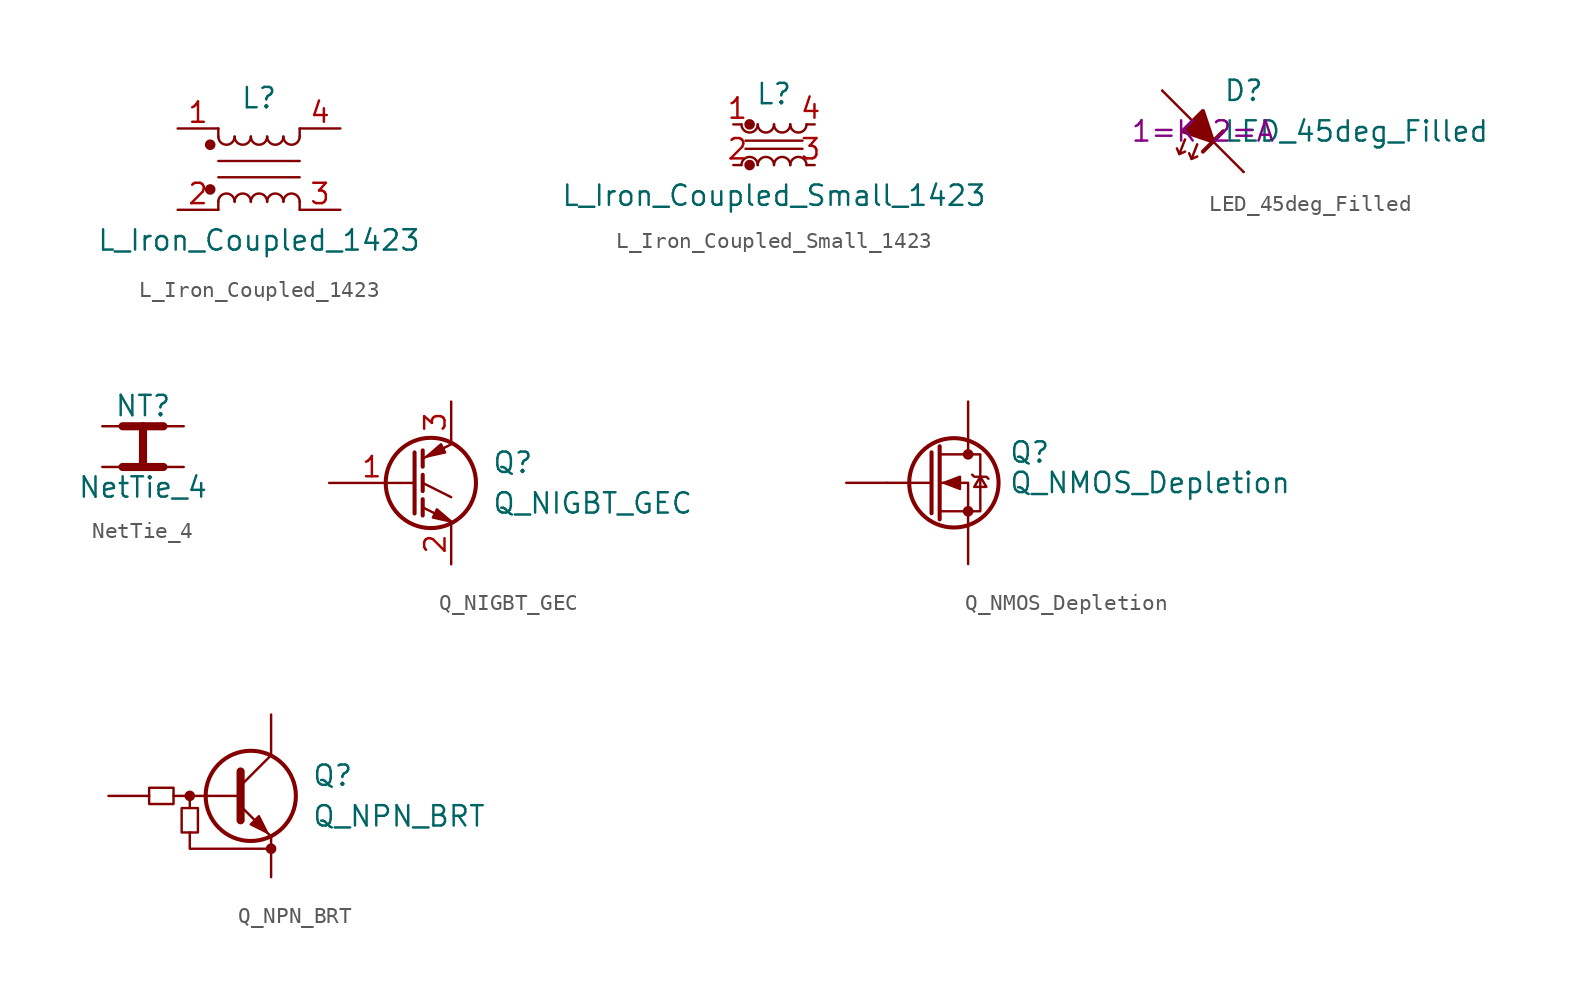
<source format=kicad_sym>
(kicad_symbol_lib
  (version 20241209)
  (generator "kicad_symbol_editor")
  (generator_version "9.0")
  (symbol "L_Iron_Coupled_1423"
    (pin_names
      (offset 0.254)
      (hide yes))
    (property "Reference" "L"
      (at 0 4.445 0)
      (effects (font (size 1.27 1.27))))
    (property "Value" "L_Iron_Coupled_1423"
      (at 0 -4.445 0)
      (effects (font (size 1.27 1.27))))
    (symbol "L_Iron_Coupled_1423_0_1"
      (circle (center -3.048 1.524) (radius 0.254) (stroke (width 0) (type default)) (fill (type outline)))
      (circle (center -3.048 -1.27) (radius 0.254) (stroke (width 0) (type default)) (fill (type outline)))
      (polyline (pts (xy -2.54 2.032) (xy -2.54 2.54)) (stroke (width 0) (type default)) (fill (type none)))
      (polyline (pts (xy -2.54 0.508) (xy 2.54 0.508)) (stroke (width 0) (type default)) (fill (type none)))
      (polyline (pts (xy -2.54 -2.032) (xy -2.54 -2.54)) (stroke (width 0) (type default)) (fill (type none)))
      (arc (start -1.524 2.032) (mid -2.032 1.5262) (end -2.54 2.032) (stroke (width 0) (type default)) (fill (type none)))
      (arc (start -2.54 -2.032) (mid -2.032 -1.5262) (end -1.524 -2.032) (stroke (width 0) (type default)) (fill (type none)))
      (arc (start -0.508 2.032) (mid -1.016 1.5262) (end -1.524 2.032) (stroke (width 0) (type default)) (fill (type none)))
      (arc (start -1.524 -2.032) (mid -1.016 -1.5262) (end -0.508 -2.032) (stroke (width 0) (type default)) (fill (type none)))
      (arc (start 0.508 2.032) (mid 0 1.5262) (end -0.508 2.032) (stroke (width 0) (type default)) (fill (type none)))
      (arc (start -0.508 -2.032) (mid 0 -1.5262) (end 0.508 -2.032) (stroke (width 0) (type default)) (fill (type none)))
      (arc (start 1.524 2.032) (mid 1.016 1.5262) (end 0.508 2.032) (stroke (width 0) (type default)) (fill (type none)))
      (arc (start 0.508 -2.032) (mid 1.016 -1.5262) (end 1.524 -2.032) (stroke (width 0) (type default)) (fill (type none)))
      (arc (start 2.54 2.032) (mid 2.032 1.5262) (end 1.524 2.032) (stroke (width 0) (type default)) (fill (type none)))
      (arc (start 1.524 -2.032) (mid 2.032 -1.5262) (end 2.54 -2.032) (stroke (width 0) (type default)) (fill (type none)))
      (polyline (pts (xy 2.54 2.54) (xy 2.54 2.032)) (stroke (width 0) (type default)) (fill (type none)))
      (polyline (pts (xy 2.54 -0.508) (xy -2.54 -0.508)) (stroke (width 0) (type default)) (fill (type none)))
      (polyline (pts (xy 2.54 -2.032) (xy 2.54 -2.54)) (stroke (width 0) (type default)) (fill (type none))))
    (symbol "L_Iron_Coupled_1423_1_1"
      (pin passive line (at -5.08 2.54 0) (length 2.54) (name "1" (effects (font (size 1.27 1.27)))) (number "1" (effects (font (size 1.27 1.27)))))
      (pin passive line (at -5.08 -2.54 0) (length 2.54) (name "2" (effects (font (size 1.27 1.27)))) (number "2" (effects (font (size 1.27 1.27)))))
      (pin passive line (at 5.08 2.54 180) (length 2.54) (name "4" (effects (font (size 1.27 1.27)))) (number "4" (effects (font (size 1.27 1.27)))))
      (pin passive line (at 5.08 -2.54 180) (length 2.54) (name "3" (effects (font (size 1.27 1.27)))) (number "3" (effects (font (size 1.27 1.27)))))))
  (symbol "L_Iron_Coupled_Small_1423"
    (pin_names
      (offset 0.254)
      (hide yes))
    (property "Reference" "L"
      (at 0 3.175 0)
      (effects (font (size 1.27 1.27))))
    (property "Value" "L_Iron_Coupled_Small_1423"
      (at 0 -3.175 0)
      (effects (font (size 1.27 1.27))))
    (symbol "L_Iron_Coupled_Small_1423_0_1"
      (arc (start -1.016 1.27) (mid -1.524 0.7642) (end -2.032 1.27) (stroke (width 0) (type default)) (fill (type none)))
      (circle (center -1.524 1.27) (radius 0.254) (stroke (width 0) (type default)) (fill (type outline)))
      (circle (center -1.524 -1.27) (radius 0.254) (stroke (width 0) (type default)) (fill (type outline)))
      (arc (start -2.032 -1.27) (mid -1.524 -0.7642) (end -1.016 -1.27) (stroke (width 0) (type default)) (fill (type none)))
      (arc (start 0 1.27) (mid -0.508 0.7642) (end -1.016 1.27) (stroke (width 0) (type default)) (fill (type none)))
      (arc (start -1.016 -1.27) (mid -0.508 -0.7642) (end 0 -1.27) (stroke (width 0) (type default)) (fill (type none)))
      (arc (start 1.016 1.27) (mid 0.508 0.7642) (end 0 1.27) (stroke (width 0) (type default)) (fill (type none)))
      (arc (start 0 -1.27) (mid 0.508 -0.7642) (end 1.016 -1.27) (stroke (width 0) (type default)) (fill (type none)))
      (arc (start 2.032 1.27) (mid 1.524 0.7642) (end 1.016 1.27) (stroke (width 0) (type default)) (fill (type none)))
      (arc (start 1.016 -1.27) (mid 1.524 -0.7642) (end 2.032 -1.27) (stroke (width 0) (type default)) (fill (type none)))
      (polyline (pts (xy 1.778 0.254) (xy -1.778 0.254)) (stroke (width 0) (type default)) (fill (type none)))
      (polyline (pts (xy 1.778 -0.254) (xy -1.778 -0.254)) (stroke (width 0) (type default)) (fill (type none))))
    (symbol "L_Iron_Coupled_Small_1423_1_1"
      (pin passive line (at -2.54 1.27 0) (length 0.508) (name "1" (effects (font (size 1.27 1.27)))) (number "1" (effects (font (size 1.27 1.27)))))
      (pin passive line (at -2.54 -1.27 0) (length 0.508) (name "2" (effects (font (size 1.27 1.27)))) (number "2" (effects (font (size 1.27 1.27)))))
      (pin passive line (at 2.54 1.27 180) (length 0.508) (name "4" (effects (font (size 1.27 1.27)))) (number "4" (effects (font (size 1.27 1.27)))))
      (pin passive line (at 2.54 -1.27 180) (length 0.508) (name "3" (effects (font (size 1.27 1.27)))) (number "3" (effects (font (size 1.27 1.27)))))))
  (symbol "LED_45deg_Filled"
    (pin_numbers
      (hide yes))
    (pin_names
      (offset 0)
      (hide yes))
    (property "Reference" "D"
      (at 1.27 2.54 0)
      (effects (font (size 1.27 1.27)) (justify left)))
    (property "Value" "LED_45deg_Filled"
      (at 1.27 0 0)
      (effects (font (size 1.27 1.27)) (justify left)))
    (property "Sim.Pins" "1=K 2=A"
      (at 0 0 0)
      (effects (font (size 1.27 1.27))))
    (symbol "LED_45deg_Filled_0_1"
      (polyline (pts (xy -1.473 -1.422) (xy -1.626 -1.067)) (stroke (width 0) (type default)) (fill (type none)))
      (polyline (pts (xy -1.118 -0.508) (xy -1.473 -1.422) (xy -1.118 -1.27)) (stroke (width 0) (type default)) (fill (type none)))
      (polyline (pts (xy -0.711 -1.727) (xy -0.864 -1.372)) (stroke (width 0) (type default)) (fill (type none)))
      (polyline (pts (xy -0.635 0.635) (xy -2.54 2.54)) (stroke (width 0) (type default)) (fill (type none)))
      (polyline (pts (xy -0.356 -0.813) (xy -0.711 -1.727) (xy -0.356 -1.575)) (stroke (width 0) (type default)) (fill (type none)))
      (polyline (pts (xy 0 -1.27) (xy 1.27 0)) (stroke (width 0.254) (type default)) (fill (type none)))
      (polyline (pts (xy 2.54 -2.54) (xy 0.635 -0.635)) (stroke (width 0) (type default)) (fill (type none))))
    (symbol "LED_45deg_Filled_1_1"
      (polyline (pts (xy -1.27 0) (xy 0 1.27) (xy 0.635 -0.635) (xy -1.27 0)) (stroke (width 0.254) (type default)) (fill (type outline)))
      (pin passive line (at -2.54 2.54 0) (length 0) (name "A" (effects (font (size 1.27 1.27)))) (number "2" (effects (font (size 1.27 1.27)))))
      (pin passive line (at 2.54 -2.54 180) (length 0) (name "K" (effects (font (size 1.27 1.27)))) (number "1" (effects (font (size 1.27 1.27)))))))
  (symbol "NetTie_4"
    (pin_numbers
      (hide yes))
    (pin_names
      (offset 0)
      (hide yes))
    (property "Reference" "NT"
      (at 0 1.27 0)
      (effects (font (size 1.27 1.27))))
    (property "Value" "NetTie_4"
      (at 0 -3.81 0)
      (effects (font (size 1.27 1.27))))
    (symbol "NetTie_4_0_1"
      (polyline (pts (xy -1.27 0) (xy 1.27 0)) (stroke (width 0.508) (type default)) (fill (type none)))
      (polyline (pts (xy -1.27 -2.54) (xy 1.27 -2.54)) (stroke (width 0.508) (type default)) (fill (type none)))
      (polyline (pts (xy 0 -2.54) (xy 0 0)) (stroke (width 0.508) (type default)) (fill (type none))))
    (symbol "NetTie_4_1_1"
      (pin passive line (at -2.54 0 0) (length 2.54) (name "1" (effects (font (size 1.27 1.27)))) (number "1" (effects (font (size 1.27 1.27)))))
      (pin passive line (at -2.54 -2.54 0) (length 2.54) (name "3" (effects (font (size 1.27 1.27)))) (number "3" (effects (font (size 1.27 1.27)))))
      (pin passive line (at 2.54 0 180) (length 2.54) (name "2" (effects (font (size 1.27 1.27)))) (number "2" (effects (font (size 1.27 1.27)))))
      (pin passive line (at 2.54 -2.54 180) (length 2.54) (name "4" (effects (font (size 1.27 1.27)))) (number "4" (effects (font (size 1.27 1.27)))))))
  (symbol "Q_NIGBT_GEC"
    (pin_names
      (offset 0)
      (hide yes))
    (property "Reference" "Q"
      (at 5.08 1.27 0)
      (effects (font (size 1.27 1.27)) (justify left)))
    (property "Value" "Q_NIGBT_GEC"
      (at 5.08 -1.27 0)
      (effects (font (size 1.27 1.27)) (justify left)))
    (symbol "Q_NIGBT_GEC_0_1"
      (polyline (pts (xy 0.254 1.905) (xy 0.254 -1.905) (xy 0.254 -1.905)) (stroke (width 0.254) (type default)) (fill (type none)))
      (polyline (pts (xy 0.762 2.032) (xy 0.762 1.016)) (stroke (width 0.254) (type default)) (fill (type none)))
      (polyline (pts (xy 0.762 0.508) (xy 0.762 -0.508)) (stroke (width 0.254) (type default)) (fill (type none)))
      (polyline (pts (xy 0.762 -1.016) (xy 0.762 -2.032)) (stroke (width 0.254) (type default)) (fill (type none)))
      (circle (center 1.27 0) (radius 2.819) (stroke (width 0.254) (type default)) (fill (type none)))
      (polyline (pts (xy 1.397 -2.159) (xy 1.651 -1.651) (xy 2.54 -2.413) (xy 1.397 -2.159)) (stroke (width 0) (type default)) (fill (type outline)))
      (polyline (pts (xy 2.159 1.905) (xy 1.905 2.413) (xy 1.016 1.651) (xy 2.159 1.905)) (stroke (width 0) (type default)) (fill (type outline)))
      (polyline (pts (xy 2.54 2.413) (xy 0.762 1.524)) (stroke (width 0) (type default)) (fill (type none)))
      (polyline (pts (xy 2.54 -0.889) (xy 0.762 0)) (stroke (width 0) (type default)) (fill (type none)))
      (polyline (pts (xy 2.54 -2.413) (xy 0.762 -1.524)) (stroke (width 0) (type default)) (fill (type none))))
    (symbol "Q_NIGBT_GEC_1_1"
      (pin input line (at -5.08 0 0) (length 5.334) (name "G" (effects (font (size 1.27 1.27)))) (number "1" (effects (font (size 1.27 1.27)))))
      (pin passive line (at 2.54 5.08 270) (length 2.54) (name "C" (effects (font (size 1.27 1.27)))) (number "3" (effects (font (size 1.27 1.27)))))
      (pin passive line (at 2.54 -5.08 90) (length 2.54) (name "E" (effects (font (size 1.27 1.27)))) (number "2" (effects (font (size 1.27 1.27)))))))
  (symbol "Q_NMOS_Depletion"
    (pin_numbers
      (hide yes))
    (pin_names
      (offset 0)
      (hide yes))
    (property "Reference" "Q"
      (at 5.08 1.905 0)
      (effects (font (size 1.27 1.27)) (justify left)))
    (property "Value" "Q_NMOS_Depletion"
      (at 5.08 0 0)
      (effects (font (size 1.27 1.27)) (justify left)))
    (symbol "Q_NMOS_Depletion_0_1"
      (polyline (pts (xy 0.254 1.905) (xy 0.254 -1.905)) (stroke (width 0.254) (type default)) (fill (type none)))
      (polyline (pts (xy 0.254 0) (xy -2.54 0)) (stroke (width 0) (type default)) (fill (type none)))
      (polyline (pts (xy 0.762 2.286) (xy 0.762 -2.286)) (stroke (width 0.254) (type default)) (fill (type none)))
      (polyline (pts (xy 0.762 -1.778) (xy 3.302 -1.778) (xy 3.302 1.778) (xy 0.762 1.778)) (stroke (width 0) (type default)) (fill (type none)))
      (polyline (pts (xy 1.016 0) (xy 2.032 0.381) (xy 2.032 -0.381) (xy 1.016 0)) (stroke (width 0) (type default)) (fill (type outline)))
      (circle (center 1.651 0) (radius 2.794) (stroke (width 0.254) (type default)) (fill (type none)))
      (polyline (pts (xy 2.54 2.54) (xy 2.54 1.778)) (stroke (width 0) (type default)) (fill (type none)))
      (circle (center 2.54 1.778) (radius 0.254) (stroke (width 0) (type default)) (fill (type outline)))
      (circle (center 2.54 -1.778) (radius 0.254) (stroke (width 0) (type default)) (fill (type outline)))
      (polyline (pts (xy 2.54 -2.54) (xy 2.54 0) (xy 0.762 0)) (stroke (width 0) (type default)) (fill (type none)))
      (polyline (pts (xy 2.794 0.508) (xy 2.921 0.381) (xy 3.683 0.381) (xy 3.81 0.254)) (stroke (width 0) (type default)) (fill (type none)))
      (polyline (pts (xy 3.302 0.381) (xy 2.921 -0.254) (xy 3.683 -0.254) (xy 3.302 0.381)) (stroke (width 0) (type default)) (fill (type none))))
    (symbol "Q_NMOS_Depletion_1_1"
      (pin input line (at -5.08 0 0) (length 2.54) (name "G" (effects (font (size 1.27 1.27)))) (number "G" (effects (font (size 1.27 1.27)))))
      (pin passive line (at 2.54 5.08 270) (length 2.54) (name "D" (effects (font (size 1.27 1.27)))) (number "D" (effects (font (size 1.27 1.27)))))
      (pin passive line (at 2.54 -5.08 90) (length 2.54) (name "S" (effects (font (size 1.27 1.27)))) (number "S" (effects (font (size 1.27 1.27)))))))
  (symbol "Q_NPN_BRT"
    (pin_numbers
      (hide yes))
    (pin_names
      (hide yes))
    (property "Reference" "Q"
      (at 3.81 1.27 0)
      (effects (font (size 1.27 1.27)) (justify left)))
    (property "Value" "Q_NPN_BRT"
      (at 3.81 -1.27 0)
      (effects (font (size 1.27 1.27)) (justify left)))
    (symbol "Q_NPN_BRT_0_1"
      (rectangle (start -6.35 0.508) (end -4.826 -0.508) (stroke (width 0) (type default)) (fill (type none)))
      (rectangle (start -4.318 -2.286) (end -3.302 -0.762) (stroke (width 0) (type default)) (fill (type none)))
      (circle (center -3.81 0) (radius 0.254) (stroke (width 0) (type default)) (fill (type outline)))
      (polyline (pts (xy -3.81 -0.762) (xy -3.81 0)) (stroke (width 0) (type default)) (fill (type none)))
      (polyline (pts (xy -3.81 -2.286) (xy -3.81 -3.302) (xy 1.27 -3.302)) (stroke (width 0) (type default)) (fill (type none)))
      (polyline (pts (xy -0.762 0) (xy -4.826 0)) (stroke (width 0) (type default)) (fill (type none)))
      (polyline (pts (xy -0.635 1.524) (xy -0.635 -1.524)) (stroke (width 0.508) (type default)) (fill (type none)))
      (circle (center 1.27 -3.302) (radius 0.254) (stroke (width 0) (type default)) (fill (type outline))))
    (symbol "Q_NPN_BRT_1_1"
      (polyline (pts (xy -0.635 0.635) (xy 1.27 2.54)) (stroke (width 0) (type default)) (fill (type none)))
      (polyline (pts (xy -0.635 -0.635) (xy 1.27 -2.54)) (stroke (width 0) (type default)) (fill (type none)))
      (circle (center 0 0) (radius 2.819) (stroke (width 0.254) (type default)) (fill (type none)))
      (polyline (pts (xy 0 -1.778) (xy 0.508 -1.27) (xy 1.016 -2.286) (xy 0 -1.778)) (stroke (width 0) (type default)) (fill (type outline)))
      (pin input line (at -8.89 0 0) (length 2.54) (name "B" (effects (font (size 1.27 1.27)))) (number "B" (effects (font (size 1.27 1.27)))))
      (pin passive line (at 1.27 5.08 270) (length 2.54) (name "C" (effects (font (size 1.27 1.27)))) (number "C" (effects (font (size 1.27 1.27)))))
      (pin passive line (at 1.27 -5.08 90) (length 2.54) (name "E" (effects (font (size 1.27 1.27)))) (number "E" (effects (font (size 1.27 1.27))))))))
</source>
